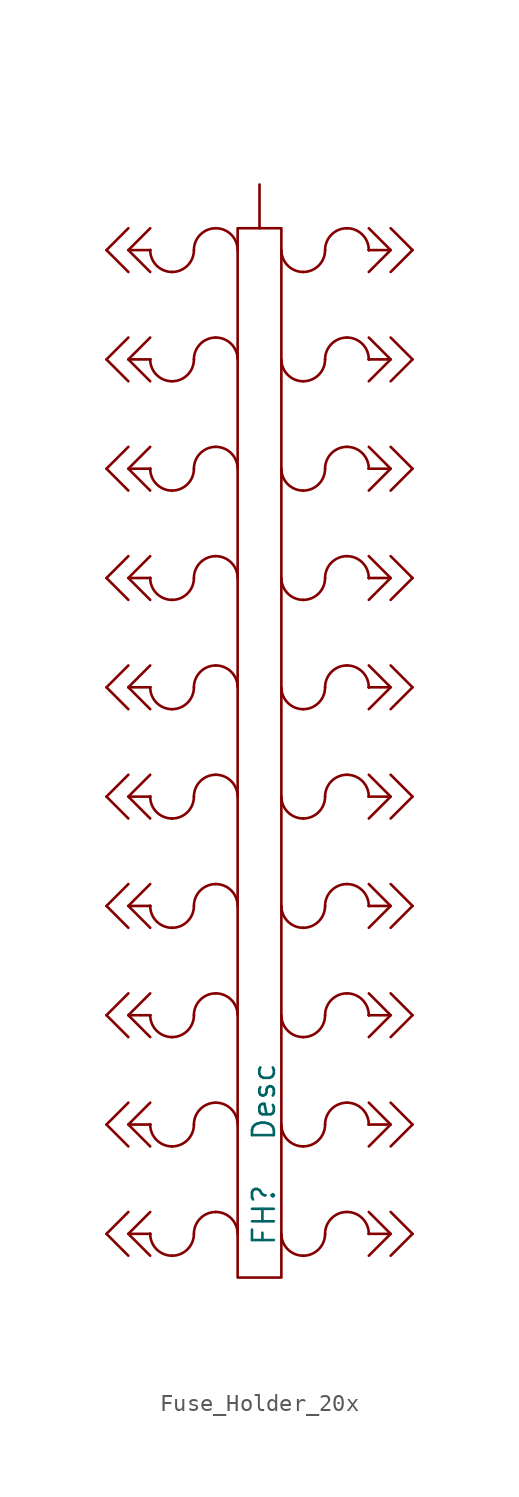
<source format=kicad_sym>
(kicad_symbol_lib
  (version 20231120)
  (generator "kicad_symbol_editor")
  (generator_version "8.0")
  (symbol "Fuse_Holder_20x"
    (pin_numbers hide)
    (pin_names
      (offset 0) hide)
    (property "Reference" "FH"
      (at 0.254 -28.702 90)
      (do_not_autoplace)
      (effects (font (size 1.27 1.27)) (justify left)))
    (property "Value" "Desc"
      (at 0.254 -22.606 90)
      (do_not_autoplace)
      (effects (font (size 1.27 1.27)) (justify left)))
    (symbol "Fuse_Holder_20x_0_1"
      (arc (start -6.35 -27.94) (mid -5.978 -28.838) (end -5.08 -29.21) (stroke (width 0) (type default)) (fill (type none)))
      (arc (start -6.35 -21.59) (mid -5.978 -22.488) (end -5.08 -22.86) (stroke (width 0) (type default)) (fill (type none)))
      (arc (start -6.35 -15.24) (mid -5.978 -16.138) (end -5.08 -16.51) (stroke (width 0) (type default)) (fill (type none)))
      (arc (start -6.35 -8.89) (mid -5.978 -9.788) (end -5.08 -10.16) (stroke (width 0) (type default)) (fill (type none)))
      (arc (start -6.35 -2.54) (mid -5.978 -3.438) (end -5.08 -3.81) (stroke (width 0) (type default)) (fill (type none)))
      (arc (start -6.35 3.81) (mid -5.978 2.912) (end -5.08 2.54) (stroke (width 0) (type default)) (fill (type none)))
      (arc (start -6.35 10.16) (mid -5.978 9.262) (end -5.08 8.89) (stroke (width 0) (type default)) (fill (type none)))
      (arc (start -6.35 16.51) (mid -5.978 15.612) (end -5.08 15.24) (stroke (width 0) (type default)) (fill (type none)))
      (arc (start -6.35 22.86) (mid -5.978 21.962) (end -5.08 21.59) (stroke (width 0) (type default)) (fill (type none)))
      (arc (start -6.35 29.21) (mid -5.978 28.312) (end -5.08 27.94) (stroke (width 0) (type default)) (fill (type none)))
      (arc (start -5.08 -29.21) (mid -4.182 -28.838) (end -3.81 -27.94) (stroke (width 0) (type default)) (fill (type none)))
      (arc (start -5.08 -22.86) (mid -4.182 -22.488) (end -3.81 -21.59) (stroke (width 0) (type default)) (fill (type none)))
      (arc (start -5.08 -16.51) (mid -4.182 -16.138) (end -3.81 -15.24) (stroke (width 0) (type default)) (fill (type none)))
      (arc (start -5.08 -10.16) (mid -4.182 -9.788) (end -3.81 -8.89) (stroke (width 0) (type default)) (fill (type none)))
      (arc (start -5.08 -3.81) (mid -4.182 -3.438) (end -3.81 -2.54) (stroke (width 0) (type default)) (fill (type none)))
      (arc (start -5.08 2.54) (mid -4.182 2.912) (end -3.81 3.81) (stroke (width 0) (type default)) (fill (type none)))
      (arc (start -5.08 8.89) (mid -4.182 9.262) (end -3.81 10.16) (stroke (width 0) (type default)) (fill (type none)))
      (arc (start -5.08 15.24) (mid -4.182 15.612) (end -3.81 16.51) (stroke (width 0) (type default)) (fill (type none)))
      (arc (start -5.08 21.59) (mid -4.182 21.962) (end -3.81 22.86) (stroke (width 0) (type default)) (fill (type none)))
      (arc (start -5.08 27.94) (mid -4.182 28.312) (end -3.81 29.21) (stroke (width 0) (type default)) (fill (type none)))
      (arc (start -2.54 -26.67) (mid -3.438 -27.042) (end -3.81 -27.94) (stroke (width 0) (type default)) (fill (type none)))
      (arc (start -2.54 -20.32) (mid -3.438 -20.692) (end -3.81 -21.59) (stroke (width 0) (type default)) (fill (type none)))
      (arc (start -2.54 -13.97) (mid -3.438 -14.342) (end -3.81 -15.24) (stroke (width 0) (type default)) (fill (type none)))
      (arc (start -2.54 -7.62) (mid -3.438 -7.992) (end -3.81 -8.89) (stroke (width 0) (type default)) (fill (type none)))
      (arc (start -2.54 -1.27) (mid -3.438 -1.642) (end -3.81 -2.54) (stroke (width 0) (type default)) (fill (type none)))
      (arc (start -2.54 5.08) (mid -3.438 4.708) (end -3.81 3.81) (stroke (width 0) (type default)) (fill (type none)))
      (arc (start -2.54 11.43) (mid -3.438 11.058) (end -3.81 10.16) (stroke (width 0) (type default)) (fill (type none)))
      (arc (start -2.54 17.78) (mid -3.438 17.408) (end -3.81 16.51) (stroke (width 0) (type default)) (fill (type none)))
      (arc (start -2.54 24.13) (mid -3.438 23.758) (end -3.81 22.86) (stroke (width 0) (type default)) (fill (type none)))
      (arc (start -2.54 30.48) (mid -3.438 30.108) (end -3.81 29.21) (stroke (width 0) (type default)) (fill (type none)))
      (arc (start -1.27 -27.94) (mid -1.642 -27.042) (end -2.54 -26.67) (stroke (width 0) (type default)) (fill (type none)))
      (arc (start -1.27 -21.59) (mid -1.642 -20.692) (end -2.54 -20.32) (stroke (width 0) (type default)) (fill (type none)))
      (arc (start -1.27 -15.24) (mid -1.642 -14.342) (end -2.54 -13.97) (stroke (width 0) (type default)) (fill (type none)))
      (arc (start -1.27 -8.89) (mid -1.642 -7.992) (end -2.54 -7.62) (stroke (width 0) (type default)) (fill (type none)))
      (arc (start -1.27 -2.54) (mid -1.642 -1.642) (end -2.54 -1.27) (stroke (width 0) (type default)) (fill (type none)))
      (arc (start -1.27 3.81) (mid -1.642 4.708) (end -2.54 5.08) (stroke (width 0) (type default)) (fill (type none)))
      (arc (start -1.27 10.16) (mid -1.642 11.058) (end -2.54 11.43) (stroke (width 0) (type default)) (fill (type none)))
      (arc (start -1.27 16.51) (mid -1.642 17.408) (end -2.54 17.78) (stroke (width 0) (type default)) (fill (type none)))
      (arc (start -1.27 22.86) (mid -1.642 23.758) (end -2.54 24.13) (stroke (width 0) (type default)) (fill (type none)))
      (arc (start -1.27 29.21) (mid -1.642 30.108) (end -2.54 30.48) (stroke (width 0) (type default)) (fill (type none)))
      (rectangle (start -1.27 30.48) (end 1.27 -30.48) (stroke (width 0) (type default)) (fill (type none)))
      (polyline (pts (xy -7.62 -26.67) (xy -8.89 -27.94) (xy -7.62 -29.21)) (stroke (width 0) (type default)) (fill (type none)))
      (polyline (pts (xy -7.62 -20.32) (xy -8.89 -21.59) (xy -7.62 -22.86)) (stroke (width 0) (type default)) (fill (type none)))
      (polyline (pts (xy -7.62 -13.97) (xy -8.89 -15.24) (xy -7.62 -16.51)) (stroke (width 0) (type default)) (fill (type none)))
      (polyline (pts (xy -7.62 -7.62) (xy -8.89 -8.89) (xy -7.62 -10.16)) (stroke (width 0) (type default)) (fill (type none)))
      (polyline (pts (xy -7.62 -1.27) (xy -8.89 -2.54) (xy -7.62 -3.81)) (stroke (width 0) (type default)) (fill (type none)))
      (polyline (pts (xy -7.62 5.08) (xy -8.89 3.81) (xy -7.62 2.54)) (stroke (width 0) (type default)) (fill (type none)))
      (polyline (pts (xy -7.62 11.43) (xy -8.89 10.16) (xy -7.62 8.89)) (stroke (width 0) (type default)) (fill (type none)))
      (polyline (pts (xy -7.62 17.78) (xy -8.89 16.51) (xy -7.62 15.24)) (stroke (width 0) (type default)) (fill (type none)))
      (polyline (pts (xy -7.62 24.13) (xy -8.89 22.86) (xy -7.62 21.59)) (stroke (width 0) (type default)) (fill (type none)))
      (polyline (pts (xy -7.62 30.48) (xy -8.89 29.21) (xy -7.62 27.94)) (stroke (width 0) (type default)) (fill (type none)))
      (polyline (pts (xy -6.35 -26.67) (xy -7.62 -27.94) (xy -6.35 -29.21)) (stroke (width 0) (type default)) (fill (type none)))
      (polyline (pts (xy -6.35 -20.32) (xy -7.62 -21.59) (xy -6.35 -22.86)) (stroke (width 0) (type default)) (fill (type none)))
      (polyline (pts (xy -6.35 -13.97) (xy -7.62 -15.24) (xy -6.35 -16.51)) (stroke (width 0) (type default)) (fill (type none)))
      (polyline (pts (xy -6.35 -7.62) (xy -7.62 -8.89) (xy -6.35 -10.16)) (stroke (width 0) (type default)) (fill (type none)))
      (polyline (pts (xy -6.35 -1.27) (xy -7.62 -2.54) (xy -6.35 -3.81)) (stroke (width 0) (type default)) (fill (type none)))
      (polyline (pts (xy -6.35 5.08) (xy -7.62 3.81) (xy -6.35 2.54)) (stroke (width 0) (type default)) (fill (type none)))
      (polyline (pts (xy -6.35 11.43) (xy -7.62 10.16) (xy -6.35 8.89)) (stroke (width 0) (type default)) (fill (type none)))
      (polyline (pts (xy -6.35 17.78) (xy -7.62 16.51) (xy -6.35 15.24)) (stroke (width 0) (type default)) (fill (type none)))
      (polyline (pts (xy -6.35 24.13) (xy -7.62 22.86) (xy -6.35 21.59)) (stroke (width 0) (type default)) (fill (type none)))
      (polyline (pts (xy -6.35 30.48) (xy -7.62 29.21) (xy -6.35 27.94)) (stroke (width 0) (type default)) (fill (type none)))
      (polyline (pts (xy 6.35 -29.21) (xy 7.62 -27.94) (xy 6.35 -26.67)) (stroke (width 0) (type default)) (fill (type none)))
      (polyline (pts (xy 6.35 -22.86) (xy 7.62 -21.59) (xy 6.35 -20.32)) (stroke (width 0) (type default)) (fill (type none)))
      (polyline (pts (xy 6.35 -16.51) (xy 7.62 -15.24) (xy 6.35 -13.97)) (stroke (width 0) (type default)) (fill (type none)))
      (polyline (pts (xy 6.35 -10.16) (xy 7.62 -8.89) (xy 6.35 -7.62)) (stroke (width 0) (type default)) (fill (type none)))
      (polyline (pts (xy 6.35 -3.81) (xy 7.62 -2.54) (xy 6.35 -1.27)) (stroke (width 0) (type default)) (fill (type none)))
      (polyline (pts (xy 6.35 2.54) (xy 7.62 3.81) (xy 6.35 5.08)) (stroke (width 0) (type default)) (fill (type none)))
      (polyline (pts (xy 6.35 8.89) (xy 7.62 10.16) (xy 6.35 11.43)) (stroke (width 0) (type default)) (fill (type none)))
      (polyline (pts (xy 6.35 15.24) (xy 7.62 16.51) (xy 6.35 17.78)) (stroke (width 0) (type default)) (fill (type none)))
      (polyline (pts (xy 6.35 21.59) (xy 7.62 22.86) (xy 6.35 24.13)) (stroke (width 0) (type default)) (fill (type none)))
      (polyline (pts (xy 6.35 27.94) (xy 7.62 29.21) (xy 6.35 30.48)) (stroke (width 0) (type default)) (fill (type none)))
      (polyline (pts (xy 7.62 -29.21) (xy 8.89 -27.94) (xy 7.62 -26.67)) (stroke (width 0) (type default)) (fill (type none)))
      (polyline (pts (xy 7.62 -22.86) (xy 8.89 -21.59) (xy 7.62 -20.32)) (stroke (width 0) (type default)) (fill (type none)))
      (polyline (pts (xy 7.62 -16.51) (xy 8.89 -15.24) (xy 7.62 -13.97)) (stroke (width 0) (type default)) (fill (type none)))
      (polyline (pts (xy 7.62 -10.16) (xy 8.89 -8.89) (xy 7.62 -7.62)) (stroke (width 0) (type default)) (fill (type none)))
      (polyline (pts (xy 7.62 -3.81) (xy 8.89 -2.54) (xy 7.62 -1.27)) (stroke (width 0) (type default)) (fill (type none)))
      (polyline (pts (xy 7.62 2.54) (xy 8.89 3.81) (xy 7.62 5.08)) (stroke (width 0) (type default)) (fill (type none)))
      (polyline (pts (xy 7.62 8.89) (xy 8.89 10.16) (xy 7.62 11.43)) (stroke (width 0) (type default)) (fill (type none)))
      (polyline (pts (xy 7.62 15.24) (xy 8.89 16.51) (xy 7.62 17.78)) (stroke (width 0) (type default)) (fill (type none)))
      (polyline (pts (xy 7.62 21.59) (xy 8.89 22.86) (xy 7.62 24.13)) (stroke (width 0) (type default)) (fill (type none)))
      (polyline (pts (xy 7.62 27.94) (xy 8.89 29.21) (xy 7.62 30.48)) (stroke (width 0) (type default)) (fill (type none)))
      (arc (start 1.27 -27.94) (mid 1.642 -28.838) (end 2.54 -29.21) (stroke (width 0) (type default)) (fill (type none)))
      (arc (start 1.27 -21.59) (mid 1.642 -22.488) (end 2.54 -22.86) (stroke (width 0) (type default)) (fill (type none)))
      (arc (start 1.27 -15.24) (mid 1.642 -16.138) (end 2.54 -16.51) (stroke (width 0) (type default)) (fill (type none)))
      (arc (start 1.27 -8.89) (mid 1.642 -9.788) (end 2.54 -10.16) (stroke (width 0) (type default)) (fill (type none)))
      (arc (start 1.27 -2.54) (mid 1.642 -3.438) (end 2.54 -3.81) (stroke (width 0) (type default)) (fill (type none)))
      (arc (start 1.27 3.81) (mid 1.642 2.912) (end 2.54 2.54) (stroke (width 0) (type default)) (fill (type none)))
      (arc (start 1.27 10.16) (mid 1.642 9.262) (end 2.54 8.89) (stroke (width 0) (type default)) (fill (type none)))
      (arc (start 1.27 16.51) (mid 1.642 15.612) (end 2.54 15.24) (stroke (width 0) (type default)) (fill (type none)))
      (arc (start 1.27 22.86) (mid 1.642 21.962) (end 2.54 21.59) (stroke (width 0) (type default)) (fill (type none)))
      (arc (start 1.27 29.21) (mid 1.642 28.312) (end 2.54 27.94) (stroke (width 0) (type default)) (fill (type none)))
      (arc (start 2.54 -29.21) (mid 3.438 -28.838) (end 3.81 -27.94) (stroke (width 0) (type default)) (fill (type none)))
      (arc (start 2.54 -22.86) (mid 3.438 -22.488) (end 3.81 -21.59) (stroke (width 0) (type default)) (fill (type none)))
      (arc (start 2.54 -16.51) (mid 3.438 -16.138) (end 3.81 -15.24) (stroke (width 0) (type default)) (fill (type none)))
      (arc (start 2.54 -10.16) (mid 3.438 -9.788) (end 3.81 -8.89) (stroke (width 0) (type default)) (fill (type none)))
      (arc (start 2.54 -3.81) (mid 3.438 -3.438) (end 3.81 -2.54) (stroke (width 0) (type default)) (fill (type none)))
      (arc (start 2.54 2.54) (mid 3.438 2.912) (end 3.81 3.81) (stroke (width 0) (type default)) (fill (type none)))
      (arc (start 2.54 8.89) (mid 3.438 9.262) (end 3.81 10.16) (stroke (width 0) (type default)) (fill (type none)))
      (arc (start 2.54 15.24) (mid 3.438 15.612) (end 3.81 16.51) (stroke (width 0) (type default)) (fill (type none)))
      (arc (start 2.54 21.59) (mid 3.438 21.962) (end 3.81 22.86) (stroke (width 0) (type default)) (fill (type none)))
      (arc (start 2.54 27.94) (mid 3.438 28.312) (end 3.81 29.21) (stroke (width 0) (type default)) (fill (type none)))
      (arc (start 5.08 -26.67) (mid 4.182 -27.042) (end 3.81 -27.94) (stroke (width 0) (type default)) (fill (type none)))
      (arc (start 5.08 -20.32) (mid 4.182 -20.692) (end 3.81 -21.59) (stroke (width 0) (type default)) (fill (type none)))
      (arc (start 5.08 -13.97) (mid 4.182 -14.342) (end 3.81 -15.24) (stroke (width 0) (type default)) (fill (type none)))
      (arc (start 5.08 -7.62) (mid 4.182 -7.992) (end 3.81 -8.89) (stroke (width 0) (type default)) (fill (type none)))
      (arc (start 5.08 -1.27) (mid 4.182 -1.642) (end 3.81 -2.54) (stroke (width 0) (type default)) (fill (type none)))
      (arc (start 5.08 5.08) (mid 4.182 4.708) (end 3.81 3.81) (stroke (width 0) (type default)) (fill (type none)))
      (arc (start 5.08 11.43) (mid 4.182 11.058) (end 3.81 10.16) (stroke (width 0) (type default)) (fill (type none)))
      (arc (start 5.08 17.78) (mid 4.182 17.408) (end 3.81 16.51) (stroke (width 0) (type default)) (fill (type none)))
      (arc (start 5.08 24.13) (mid 4.182 23.758) (end 3.81 22.86) (stroke (width 0) (type default)) (fill (type none)))
      (arc (start 5.08 30.48) (mid 4.182 30.108) (end 3.81 29.21) (stroke (width 0) (type default)) (fill (type none)))
      (arc (start 6.35 -27.94) (mid 5.978 -27.042) (end 5.08 -26.67) (stroke (width 0) (type default)) (fill (type none)))
      (arc (start 6.35 -21.59) (mid 5.978 -20.692) (end 5.08 -20.32) (stroke (width 0) (type default)) (fill (type none)))
      (arc (start 6.35 -15.24) (mid 5.978 -14.342) (end 5.08 -13.97) (stroke (width 0) (type default)) (fill (type none)))
      (arc (start 6.35 -8.89) (mid 5.978 -7.992) (end 5.08 -7.62) (stroke (width 0) (type default)) (fill (type none)))
      (arc (start 6.35 -2.54) (mid 5.978 -1.642) (end 5.08 -1.27) (stroke (width 0) (type default)) (fill (type none)))
      (arc (start 6.35 3.81) (mid 5.978 4.708) (end 5.08 5.08) (stroke (width 0) (type default)) (fill (type none)))
      (arc (start 6.35 10.16) (mid 5.978 11.058) (end 5.08 11.43) (stroke (width 0) (type default)) (fill (type none)))
      (arc (start 6.35 16.51) (mid 5.978 17.408) (end 5.08 17.78) (stroke (width 0) (type default)) (fill (type none)))
      (arc (start 6.35 22.86) (mid 5.978 23.758) (end 5.08 24.13) (stroke (width 0) (type default)) (fill (type none)))
      (arc (start 6.35 29.21) (mid 5.978 30.108) (end 5.08 30.48) (stroke (width 0) (type default)) (fill (type none))))
    (symbol "Fuse_Holder_20x_1_1"
      (polyline (pts (xy -7.62 -27.94) (xy -6.35 -27.94)) (stroke (width 0) (type default)) (fill (type none)))
      (polyline (pts (xy -7.62 -21.59) (xy -6.35 -21.59)) (stroke (width 0) (type default)) (fill (type none)))
      (polyline (pts (xy -7.62 -15.24) (xy -6.35 -15.24)) (stroke (width 0) (type default)) (fill (type none)))
      (polyline (pts (xy -7.62 -8.89) (xy -6.35 -8.89)) (stroke (width 0) (type default)) (fill (type none)))
      (polyline (pts (xy -7.62 -2.54) (xy -6.35 -2.54)) (stroke (width 0) (type default)) (fill (type none)))
      (polyline (pts (xy -7.62 3.81) (xy -6.35 3.81)) (stroke (width 0) (type default)) (fill (type none)))
      (polyline (pts (xy -7.62 10.16) (xy -6.35 10.16)) (stroke (width 0) (type default)) (fill (type none)))
      (polyline (pts (xy -7.62 16.51) (xy -6.35 16.51)) (stroke (width 0) (type default)) (fill (type none)))
      (polyline (pts (xy -7.62 22.86) (xy -6.35 22.86)) (stroke (width 0) (type default)) (fill (type none)))
      (polyline (pts (xy -7.62 29.21) (xy -6.35 29.21)) (stroke (width 0) (type default)) (fill (type none)))
      (polyline (pts (xy -6.35 -27.94) (xy -6.35 -27.94)) (stroke (width 0) (type default)) (fill (type none)))
      (polyline (pts (xy -6.35 -27.94) (xy -6.35 -27.94)) (stroke (width 0) (type default)) (fill (type none)))
      (polyline (pts (xy -6.35 -21.59) (xy -6.35 -21.59)) (stroke (width 0) (type default)) (fill (type none)))
      (polyline (pts (xy -6.35 -21.59) (xy -6.35 -21.59)) (stroke (width 0) (type default)) (fill (type none)))
      (polyline (pts (xy -6.35 -15.24) (xy -6.35 -15.24)) (stroke (width 0) (type default)) (fill (type none)))
      (polyline (pts (xy -6.35 -15.24) (xy -6.35 -15.24)) (stroke (width 0) (type default)) (fill (type none)))
      (polyline (pts (xy -6.35 -8.89) (xy -6.35 -8.89)) (stroke (width 0) (type default)) (fill (type none)))
      (polyline (pts (xy -6.35 -8.89) (xy -6.35 -8.89)) (stroke (width 0) (type default)) (fill (type none)))
      (polyline (pts (xy -6.35 -2.54) (xy -6.35 -2.54)) (stroke (width 0) (type default)) (fill (type none)))
      (polyline (pts (xy -6.35 -2.54) (xy -6.35 -2.54)) (stroke (width 0) (type default)) (fill (type none)))
      (polyline (pts (xy -6.35 3.81) (xy -6.35 3.81)) (stroke (width 0) (type default)) (fill (type none)))
      (polyline (pts (xy -6.35 3.81) (xy -6.35 3.81)) (stroke (width 0) (type default)) (fill (type none)))
      (polyline (pts (xy -6.35 10.16) (xy -6.35 10.16)) (stroke (width 0) (type default)) (fill (type none)))
      (polyline (pts (xy -6.35 10.16) (xy -6.35 10.16)) (stroke (width 0) (type default)) (fill (type none)))
      (polyline (pts (xy -6.35 16.51) (xy -6.35 16.51)) (stroke (width 0) (type default)) (fill (type none)))
      (polyline (pts (xy -6.35 16.51) (xy -6.35 16.51)) (stroke (width 0) (type default)) (fill (type none)))
      (polyline (pts (xy -6.35 22.86) (xy -6.35 22.86)) (stroke (width 0) (type default)) (fill (type none)))
      (polyline (pts (xy -6.35 22.86) (xy -6.35 22.86)) (stroke (width 0) (type default)) (fill (type none)))
      (polyline (pts (xy -6.35 29.21) (xy -6.35 29.21)) (stroke (width 0) (type default)) (fill (type none)))
      (polyline (pts (xy -6.35 29.21) (xy -6.35 29.21)) (stroke (width 0) (type default)) (fill (type none)))
      (polyline (pts (xy 6.35 -27.94) (xy 6.35 -27.94)) (stroke (width 0) (type default)) (fill (type none)))
      (polyline (pts (xy 6.35 -27.94) (xy 6.35 -27.94)) (stroke (width 0) (type default)) (fill (type none)))
      (polyline (pts (xy 6.35 -21.59) (xy 6.35 -21.59)) (stroke (width 0) (type default)) (fill (type none)))
      (polyline (pts (xy 6.35 -21.59) (xy 6.35 -21.59)) (stroke (width 0) (type default)) (fill (type none)))
      (polyline (pts (xy 6.35 -15.24) (xy 6.35 -15.24)) (stroke (width 0) (type default)) (fill (type none)))
      (polyline (pts (xy 6.35 -15.24) (xy 6.35 -15.24)) (stroke (width 0) (type default)) (fill (type none)))
      (polyline (pts (xy 6.35 -8.89) (xy 6.35 -8.89)) (stroke (width 0) (type default)) (fill (type none)))
      (polyline (pts (xy 6.35 -8.89) (xy 6.35 -8.89)) (stroke (width 0) (type default)) (fill (type none)))
      (polyline (pts (xy 6.35 -2.54) (xy 6.35 -2.54)) (stroke (width 0) (type default)) (fill (type none)))
      (polyline (pts (xy 6.35 -2.54) (xy 6.35 -2.54)) (stroke (width 0) (type default)) (fill (type none)))
      (polyline (pts (xy 6.35 3.81) (xy 6.35 3.81)) (stroke (width 0) (type default)) (fill (type none)))
      (polyline (pts (xy 6.35 3.81) (xy 6.35 3.81)) (stroke (width 0) (type default)) (fill (type none)))
      (polyline (pts (xy 6.35 10.16) (xy 6.35 10.16)) (stroke (width 0) (type default)) (fill (type none)))
      (polyline (pts (xy 6.35 10.16) (xy 6.35 10.16)) (stroke (width 0) (type default)) (fill (type none)))
      (polyline (pts (xy 6.35 16.51) (xy 6.35 16.51)) (stroke (width 0) (type default)) (fill (type none)))
      (polyline (pts (xy 6.35 16.51) (xy 6.35 16.51)) (stroke (width 0) (type default)) (fill (type none)))
      (polyline (pts (xy 6.35 22.86) (xy 6.35 22.86)) (stroke (width 0) (type default)) (fill (type none)))
      (polyline (pts (xy 6.35 22.86) (xy 6.35 22.86)) (stroke (width 0) (type default)) (fill (type none)))
      (polyline (pts (xy 6.35 29.21) (xy 6.35 29.21)) (stroke (width 0) (type default)) (fill (type none)))
      (polyline (pts (xy 6.35 29.21) (xy 6.35 29.21)) (stroke (width 0) (type default)) (fill (type none)))
      (polyline (pts (xy 7.62 -27.94) (xy 6.35 -27.94)) (stroke (width 0) (type default)) (fill (type none)))
      (polyline (pts (xy 7.62 -21.59) (xy 6.35 -21.59)) (stroke (width 0) (type default)) (fill (type none)))
      (polyline (pts (xy 7.62 -15.24) (xy 6.35 -15.24)) (stroke (width 0) (type default)) (fill (type none)))
      (polyline (pts (xy 7.62 -8.89) (xy 6.35 -8.89)) (stroke (width 0) (type default)) (fill (type none)))
      (polyline (pts (xy 7.62 -2.54) (xy 6.35 -2.54)) (stroke (width 0) (type default)) (fill (type none)))
      (polyline (pts (xy 7.62 3.81) (xy 6.35 3.81)) (stroke (width 0) (type default)) (fill (type none)))
      (polyline (pts (xy 7.62 10.16) (xy 6.35 10.16)) (stroke (width 0) (type default)) (fill (type none)))
      (polyline (pts (xy 7.62 16.51) (xy 6.35 16.51)) (stroke (width 0) (type default)) (fill (type none)))
      (polyline (pts (xy 7.62 22.86) (xy 6.35 22.86)) (stroke (width 0) (type default)) (fill (type none)))
      (polyline (pts (xy 7.62 29.21) (xy 6.35 29.21)) (stroke (width 0) (type default)) (fill (type none)))
      (pin passive line (at 0 33.02 270) (length 2.54) (name "Pwr" (effects (font (size 1.27 1.27)))) (number "1" (effects (font (size 1.27 1.27)))))
      (pin passive line (at -8.89 -27.94 0) (length 0) (name "Desc" (effects (font (size 1.27 1.27)))) (number "Val_A" (effects (font (size 1.27 1.27)))))
      (pin passive line (at -8.89 -21.59 0) (length 0) (name "Desc" (effects (font (size 1.27 1.27)))) (number "Val_A" (effects (font (size 1.27 1.27)))))
      (pin passive line (at -8.89 -15.24 0) (length 0) (name "Desc" (effects (font (size 1.27 1.27)))) (number "Val_A" (effects (font (size 1.27 1.27)))))
      (pin passive line (at -8.89 -8.89 0) (length 0) (name "Desc" (effects (font (size 1.27 1.27)))) (number "Val_A" (effects (font (size 1.27 1.27)))))
      (pin passive line (at -8.89 -2.54 0) (length 0) (name "Desc" (effects (font (size 1.27 1.27)))) (number "Val_A" (effects (font (size 1.27 1.27)))))
      (pin passive line (at -8.89 3.81 0) (length 0) (name "Desc" (effects (font (size 1.27 1.27)))) (number "Val_A" (effects (font (size 1.27 1.27)))))
      (pin passive line (at -8.89 10.16 0) (length 0) (name "Desc" (effects (font (size 1.27 1.27)))) (number "Val_A" (effects (font (size 1.27 1.27)))))
      (pin passive line (at -8.89 16.51 0) (length 0) (name "Desc" (effects (font (size 1.27 1.27)))) (number "Val_A" (effects (font (size 1.27 1.27)))))
      (pin passive line (at -8.89 22.86 0) (length 0) (name "Desc" (effects (font (size 1.27 1.27)))) (number "Val_A" (effects (font (size 1.27 1.27)))))
      (pin passive line (at -8.89 29.21 0) (length 0) (name "Desc" (effects (font (size 1.27 1.27)))) (number "Val_A" (effects (font (size 1.27 1.27)))))
      (pin passive line (at 8.89 -27.94 180) (length 0) (name "Desc" (effects (font (size 1.27 1.27)))) (number "Val_A" (effects (font (size 1.27 1.27)))))
      (pin passive line (at 8.89 -21.59 180) (length 0) (name "Desc" (effects (font (size 1.27 1.27)))) (number "Val_A" (effects (font (size 1.27 1.27)))))
      (pin passive line (at 8.89 -15.24 180) (length 0) (name "Desc" (effects (font (size 1.27 1.27)))) (number "Val_A" (effects (font (size 1.27 1.27)))))
      (pin passive line (at 8.89 -8.89 180) (length 0) (name "Desc" (effects (font (size 1.27 1.27)))) (number "Val_A" (effects (font (size 1.27 1.27)))))
      (pin passive line (at 8.89 -2.54 180) (length 0) (name "Desc" (effects (font (size 1.27 1.27)))) (number "Val_A" (effects (font (size 1.27 1.27)))))
      (pin passive line (at 8.89 3.81 180) (length 0) (name "Desc" (effects (font (size 1.27 1.27)))) (number "Val_A" (effects (font (size 1.27 1.27)))))
      (pin passive line (at 8.89 10.16 180) (length 0) (name "Desc" (effects (font (size 1.27 1.27)))) (number "Val_A" (effects (font (size 1.27 1.27)))))
      (pin passive line (at 8.89 16.51 180) (length 0) (name "Desc" (effects (font (size 1.27 1.27)))) (number "Val_A" (effects (font (size 1.27 1.27)))))
      (pin passive line (at 8.89 22.86 180) (length 0) (name "Desc" (effects (font (size 1.27 1.27)))) (number "Val_A" (effects (font (size 1.27 1.27)))))
      (pin passive line (at 8.89 29.21 180) (length 0) (name "Desc" (effects (font (size 1.27 1.27)))) (number "Val_A" (effects (font (size 1.27 1.27))))))))
</source>
